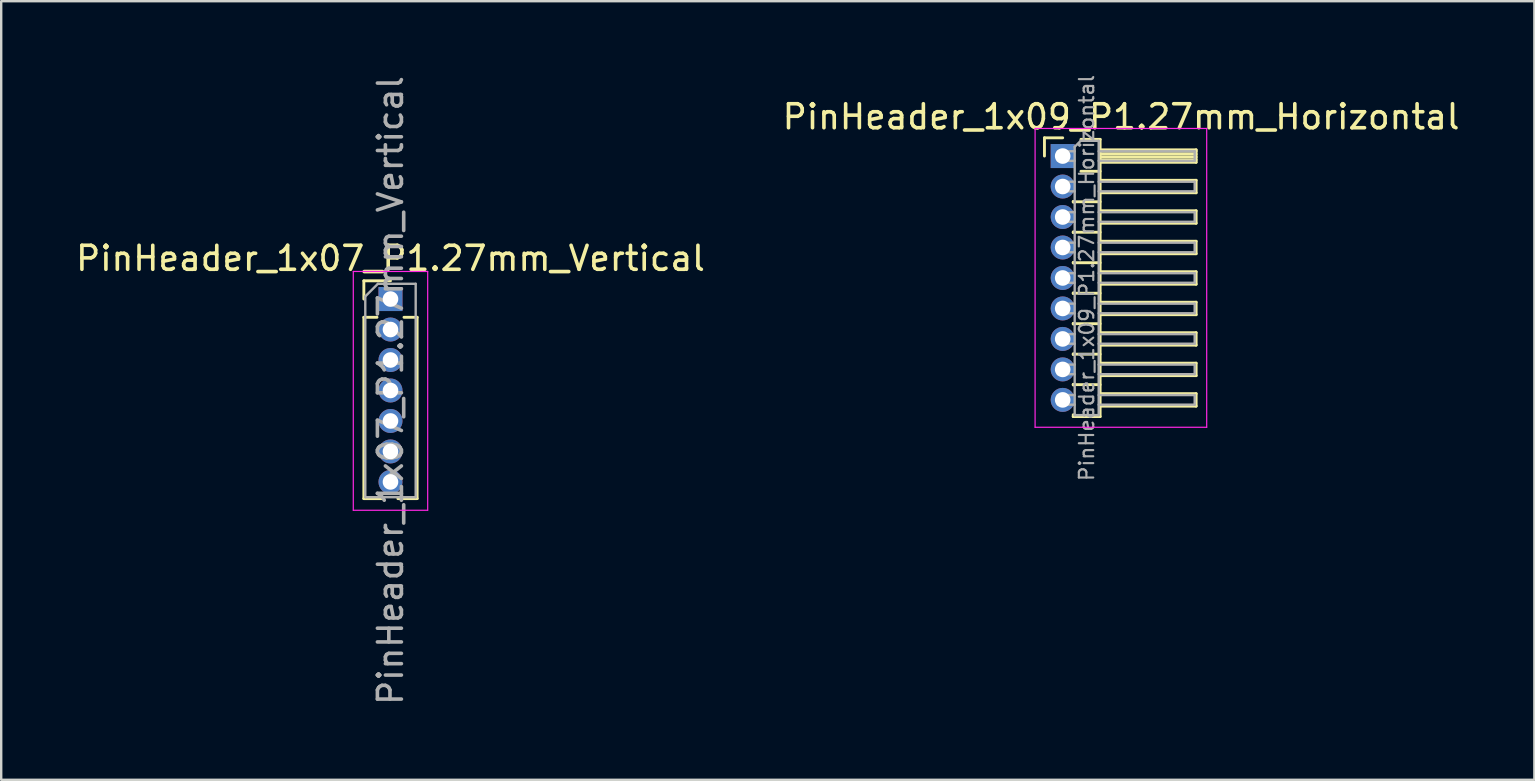
<source format=kicad_pcb>
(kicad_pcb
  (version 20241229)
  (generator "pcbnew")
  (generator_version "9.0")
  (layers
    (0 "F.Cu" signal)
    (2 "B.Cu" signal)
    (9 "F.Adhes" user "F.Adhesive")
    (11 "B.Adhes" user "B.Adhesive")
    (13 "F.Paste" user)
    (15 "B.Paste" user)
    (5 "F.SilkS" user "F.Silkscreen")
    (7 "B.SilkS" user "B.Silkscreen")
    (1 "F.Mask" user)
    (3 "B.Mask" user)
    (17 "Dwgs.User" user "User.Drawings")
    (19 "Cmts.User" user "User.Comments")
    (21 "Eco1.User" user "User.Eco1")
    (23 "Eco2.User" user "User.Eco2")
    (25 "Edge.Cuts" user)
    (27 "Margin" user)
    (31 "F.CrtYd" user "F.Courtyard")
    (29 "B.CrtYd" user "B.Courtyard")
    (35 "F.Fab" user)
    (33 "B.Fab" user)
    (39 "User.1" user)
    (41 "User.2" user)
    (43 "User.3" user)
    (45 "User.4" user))
  (footprint "PinHeader_1x07_P1.27mm_Vertical"
    (layer "F.Cu")
    (at 13.22 9.41)
    (property "Reference" "PinHeader_1x07_P1.27mm_Vertical" (at 0 -1.695 0) (layer "F.SilkS") (effects (font (size 1 1) (thickness 0.15))))
    (attr through_hole)
    (fp_line (start -1.11 -0.76) (end 0 -0.76) (stroke (width 0.12) (type solid)) (layer "F.SilkS"))
    (fp_line (start -1.11 0) (end -1.11 -0.76) (stroke (width 0.12) (type solid)) (layer "F.SilkS"))
    (fp_line (start -1.11 0.76) (end -1.11 8.315) (stroke (width 0.12) (type solid)) (layer "F.SilkS"))
    (fp_line (start -1.11 0.76) (end -0.563 0.76) (stroke (width 0.12) (type solid)) (layer "F.SilkS"))
    (fp_line (start -1.11 8.315) (end -0.308 8.315) (stroke (width 0.12) (type solid)) (layer "F.SilkS"))
    (fp_line (start 0.308 8.315) (end 1.11 8.315) (stroke (width 0.12) (type solid)) (layer "F.SilkS"))
    (fp_line (start 0.563 0.76) (end 1.11 0.76) (stroke (width 0.12) (type solid)) (layer "F.SilkS"))
    (fp_line (start 1.11 0.76) (end 1.11 8.315) (stroke (width 0.12) (type solid)) (layer "F.SilkS"))
    (fp_line (start -1.55 -1.15) (end -1.55 8.8) (stroke (width 0.05) (type solid)) (layer "F.CrtYd"))
    (fp_line (start -1.55 8.8) (end 1.55 8.8) (stroke (width 0.05) (type solid)) (layer "F.CrtYd"))
    (fp_line (start 1.55 -1.15) (end -1.55 -1.15) (stroke (width 0.05) (type solid)) (layer "F.CrtYd"))
    (fp_line (start 1.55 8.8) (end 1.55 -1.15) (stroke (width 0.05) (type solid)) (layer "F.CrtYd"))
    (fp_line (start -1.05 -0.11) (end -0.525 -0.635) (stroke (width 0.1) (type solid)) (layer "F.Fab"))
    (fp_line (start -1.05 8.255) (end -1.05 -0.11) (stroke (width 0.1) (type solid)) (layer "F.Fab"))
    (fp_line (start -0.525 -0.635) (end 1.05 -0.635) (stroke (width 0.1) (type solid)) (layer "F.Fab"))
    (fp_line (start 1.05 -0.635) (end 1.05 8.255) (stroke (width 0.1) (type solid)) (layer "F.Fab"))
    (fp_line (start 1.05 8.255) (end -1.05 8.255) (stroke (width 0.1) (type solid)) (layer "F.Fab"))
    (fp_text user "${REFERENCE}" (at 0 3.81 90) (layer "F.Fab") (effects (font (size 1 1) (thickness 0.15))))
    (pad "1" thru_hole rect (at 0 0) (size 1 1) (drill 0.65) (layers "*.Cu" "*.Mask"))
    (pad "2" thru_hole oval (at 0 1.27) (size 1 1) (drill 0.65) (layers "*.Cu" "*.Mask"))
    (pad "3" thru_hole oval (at 0 2.54) (size 1 1) (drill 0.65) (layers "*.Cu" "*.Mask"))
    (pad "4" thru_hole oval (at 0 3.81) (size 1 1) (drill 0.65) (layers "*.Cu" "*.Mask"))
    (pad "5" thru_hole oval (at 0 5.08) (size 1 1) (drill 0.65) (layers "*.Cu" "*.Mask"))
    (pad "6" thru_hole oval (at 0 6.35) (size 1 1) (drill 0.65) (layers "*.Cu" "*.Mask"))
    (pad "7" thru_hole oval (at 0 7.62) (size 1 1) (drill 0.65) (layers "*.Cu" "*.Mask")))
  (footprint "PinHeader_1x09_P1.27mm_Horizontal"
    (layer "F.Cu")
    (at 41.228 3.452)
    (property "Reference" "PinHeader_1x09_P1.27mm_Horizontal" (at 2.433 -1.635 0) (layer "F.SilkS") (effects (font (size 1 1) (thickness 0.15))))
    (attr through_hole)
    (fp_line (start -0.76 -0.76) (end 0 -0.76) (stroke (width 0.12) (type solid)) (layer "F.SilkS"))
    (fp_line (start -0.76 0) (end -0.76 -0.76) (stroke (width 0.12) (type solid)) (layer "F.SilkS"))
    (fp_line (start 0.44 1.89) (end 0.44 1.92) (stroke (width 0.12) (type solid)) (layer "F.SilkS"))
    (fp_line (start 0.44 1.905) (end 1.56 1.905) (stroke (width 0.12) (type solid)) (layer "F.SilkS"))
    (fp_line (start 0.44 3.16) (end 0.44 3.19) (stroke (width 0.12) (type solid)) (layer "F.SilkS"))
    (fp_line (start 0.44 3.175) (end 1.56 3.175) (stroke (width 0.12) (type solid)) (layer "F.SilkS"))
    (fp_line (start 0.44 4.43) (end 0.44 4.46) (stroke (width 0.12) (type solid)) (layer "F.SilkS"))
    (fp_line (start 0.44 4.445) (end 1.56 4.445) (stroke (width 0.12) (type solid)) (layer "F.SilkS"))
    (fp_line (start 0.44 5.7) (end 0.44 5.73) (stroke (width 0.12) (type solid)) (layer "F.SilkS"))
    (fp_line (start 0.44 5.715) (end 1.56 5.715) (stroke (width 0.12) (type solid)) (layer "F.SilkS"))
    (fp_line (start 0.44 6.97) (end 0.44 7) (stroke (width 0.12) (type solid)) (layer "F.SilkS"))
    (fp_line (start 0.44 6.985) (end 1.56 6.985) (stroke (width 0.12) (type solid)) (layer "F.SilkS"))
    (fp_line (start 0.44 8.24) (end 0.44 8.27) (stroke (width 0.12) (type solid)) (layer "F.SilkS"))
    (fp_line (start 0.44 8.255) (end 1.56 8.255) (stroke (width 0.12) (type solid)) (layer "F.SilkS"))
    (fp_line (start 0.44 9.51) (end 0.44 9.54) (stroke (width 0.12) (type solid)) (layer "F.SilkS"))
    (fp_line (start 0.44 9.525) (end 1.56 9.525) (stroke (width 0.12) (type solid)) (layer "F.SilkS"))
    (fp_line (start 0.44 10.855) (end 0.44 10.78) (stroke (width 0.12) (type solid)) (layer "F.SilkS"))
    (fp_line (start 0.76 -0.695) (end 1.56 -0.695) (stroke (width 0.12) (type solid)) (layer "F.SilkS"))
    (fp_line (start 0.76 0.635) (end 1.56 0.635) (stroke (width 0.12) (type solid)) (layer "F.SilkS"))
    (fp_line (start 1.56 -0.695) (end 1.56 10.855) (stroke (width 0.12) (type solid)) (layer "F.SilkS"))
    (fp_line (start 1.56 -0.26) (end 5.56 -0.26) (stroke (width 0.12) (type solid)) (layer "F.SilkS"))
    (fp_line (start 1.56 -0.2) (end 5.56 -0.2) (stroke (width 0.12) (type solid)) (layer "F.SilkS"))
    (fp_line (start 1.56 -0.08) (end 5.56 -0.08) (stroke (width 0.12) (type solid)) (layer "F.SilkS"))
    (fp_line (start 1.56 0.04) (end 5.56 0.04) (stroke (width 0.12) (type solid)) (layer "F.SilkS"))
    (fp_line (start 1.56 0.16) (end 5.56 0.16) (stroke (width 0.12) (type solid)) (layer "F.SilkS"))
    (fp_line (start 1.56 1.01) (end 5.56 1.01) (stroke (width 0.12) (type solid)) (layer "F.SilkS"))
    (fp_line (start 1.56 2.28) (end 5.56 2.28) (stroke (width 0.12) (type solid)) (layer "F.SilkS"))
    (fp_line (start 1.56 3.55) (end 5.56 3.55) (stroke (width 0.12) (type solid)) (layer "F.SilkS"))
    (fp_line (start 1.56 4.82) (end 5.56 4.82) (stroke (width 0.12) (type solid)) (layer "F.SilkS"))
    (fp_line (start 1.56 6.09) (end 5.56 6.09) (stroke (width 0.12) (type solid)) (layer "F.SilkS"))
    (fp_line (start 1.56 7.36) (end 5.56 7.36) (stroke (width 0.12) (type solid)) (layer "F.SilkS"))
    (fp_line (start 1.56 8.63) (end 5.56 8.63) (stroke (width 0.12) (type solid)) (layer "F.SilkS"))
    (fp_line (start 1.56 9.9) (end 5.56 9.9) (stroke (width 0.12) (type solid)) (layer "F.SilkS"))
    (fp_line (start 1.56 10.855) (end 0.44 10.855) (stroke (width 0.12) (type solid)) (layer "F.SilkS"))
    (fp_line (start 5.56 -0.26) (end 5.56 0.26) (stroke (width 0.12) (type solid)) (layer "F.SilkS"))
    (fp_line (start 5.56 0.26) (end 1.56 0.26) (stroke (width 0.12) (type solid)) (layer "F.SilkS"))
    (fp_line (start 5.56 1.01) (end 5.56 1.53) (stroke (width 0.12) (type solid)) (layer "F.SilkS"))
    (fp_line (start 5.56 1.53) (end 1.56 1.53) (stroke (width 0.12) (type solid)) (layer "F.SilkS"))
    (fp_line (start 5.56 2.28) (end 5.56 2.8) (stroke (width 0.12) (type solid)) (layer "F.SilkS"))
    (fp_line (start 5.56 2.8) (end 1.56 2.8) (stroke (width 0.12) (type solid)) (layer "F.SilkS"))
    (fp_line (start 5.56 3.55) (end 5.56 4.07) (stroke (width 0.12) (type solid)) (layer "F.SilkS"))
    (fp_line (start 5.56 4.07) (end 1.56 4.07) (stroke (width 0.12) (type solid)) (layer "F.SilkS"))
    (fp_line (start 5.56 4.82) (end 5.56 5.34) (stroke (width 0.12) (type solid)) (layer "F.SilkS"))
    (fp_line (start 5.56 5.34) (end 1.56 5.34) (stroke (width 0.12) (type solid)) (layer "F.SilkS"))
    (fp_line (start 5.56 6.09) (end 5.56 6.61) (stroke (width 0.12) (type solid)) (layer "F.SilkS"))
    (fp_line (start 5.56 6.61) (end 1.56 6.61) (stroke (width 0.12) (type solid)) (layer "F.SilkS"))
    (fp_line (start 5.56 7.36) (end 5.56 7.88) (stroke (width 0.12) (type solid)) (layer "F.SilkS"))
    (fp_line (start 5.56 7.88) (end 1.56 7.88) (stroke (width 0.12) (type solid)) (layer "F.SilkS"))
    (fp_line (start 5.56 8.63) (end 5.56 9.15) (stroke (width 0.12) (type solid)) (layer "F.SilkS"))
    (fp_line (start 5.56 9.15) (end 1.56 9.15) (stroke (width 0.12) (type solid)) (layer "F.SilkS"))
    (fp_line (start 5.56 9.9) (end 5.56 10.42) (stroke (width 0.12) (type solid)) (layer "F.SilkS"))
    (fp_line (start 5.56 10.42) (end 1.56 10.42) (stroke (width 0.12) (type solid)) (layer "F.SilkS"))
    (fp_line (start -1.15 -1.15) (end -1.15 11.3) (stroke (width 0.05) (type solid)) (layer "F.CrtYd"))
    (fp_line (start -1.15 11.3) (end 6 11.3) (stroke (width 0.05) (type solid)) (layer "F.CrtYd"))
    (fp_line (start 6 -1.15) (end -1.15 -1.15) (stroke (width 0.05) (type solid)) (layer "F.CrtYd"))
    (fp_line (start 6 11.3) (end 6 -1.15) (stroke (width 0.05) (type solid)) (layer "F.CrtYd"))
    (fp_line (start -0.2 -0.2) (end -0.2 0.2) (stroke (width 0.1) (type solid)) (layer "F.Fab"))
    (fp_line (start -0.2 -0.2) (end 0.5 -0.2) (stroke (width 0.1) (type solid)) (layer "F.Fab"))
    (fp_line (start -0.2 0.2) (end 0.5 0.2) (stroke (width 0.1) (type solid)) (layer "F.Fab"))
    (fp_line (start -0.2 1.07) (end -0.2 1.47) (stroke (width 0.1) (type solid)) (layer "F.Fab"))
    (fp_line (start -0.2 1.07) (end 0.5 1.07) (stroke (width 0.1) (type solid)) (layer "F.Fab"))
    (fp_line (start -0.2 1.47) (end 0.5 1.47) (stroke (width 0.1) (type solid)) (layer "F.Fab"))
    (fp_line (start -0.2 2.34) (end -0.2 2.74) (stroke (width 0.1) (type solid)) (layer "F.Fab"))
    (fp_line (start -0.2 2.34) (end 0.5 2.34) (stroke (width 0.1) (type solid)) (layer "F.Fab"))
    (fp_line (start -0.2 2.74) (end 0.5 2.74) (stroke (width 0.1) (type solid)) (layer "F.Fab"))
    (fp_line (start -0.2 3.61) (end -0.2 4.01) (stroke (width 0.1) (type solid)) (layer "F.Fab"))
    (fp_line (start -0.2 3.61) (end 0.5 3.61) (stroke (width 0.1) (type solid)) (layer "F.Fab"))
    (fp_line (start -0.2 4.01) (end 0.5 4.01) (stroke (width 0.1) (type solid)) (layer "F.Fab"))
    (fp_line (start -0.2 4.88) (end -0.2 5.28) (stroke (width 0.1) (type solid)) (layer "F.Fab"))
    (fp_line (start -0.2 4.88) (end 0.5 4.88) (stroke (width 0.1) (type solid)) (layer "F.Fab"))
    (fp_line (start -0.2 5.28) (end 0.5 5.28) (stroke (width 0.1) (type solid)) (layer "F.Fab"))
    (fp_line (start -0.2 6.15) (end -0.2 6.55) (stroke (width 0.1) (type solid)) (layer "F.Fab"))
    (fp_line (start -0.2 6.15) (end 0.5 6.15) (stroke (width 0.1) (type solid)) (layer "F.Fab"))
    (fp_line (start -0.2 6.55) (end 0.5 6.55) (stroke (width 0.1) (type solid)) (layer "F.Fab"))
    (fp_line (start -0.2 7.42) (end -0.2 7.82) (stroke (width 0.1) (type solid)) (layer "F.Fab"))
    (fp_line (start -0.2 7.42) (end 0.5 7.42) (stroke (width 0.1) (type solid)) (layer "F.Fab"))
    (fp_line (start -0.2 7.82) (end 0.5 7.82) (stroke (width 0.1) (type solid)) (layer "F.Fab"))
    (fp_line (start -0.2 8.69) (end -0.2 9.09) (stroke (width 0.1) (type solid)) (layer "F.Fab"))
    (fp_line (start -0.2 8.69) (end 0.5 8.69) (stroke (width 0.1) (type solid)) (layer "F.Fab"))
    (fp_line (start -0.2 9.09) (end 0.5 9.09) (stroke (width 0.1) (type solid)) (layer "F.Fab"))
    (fp_line (start -0.2 9.96) (end -0.2 10.36) (stroke (width 0.1) (type solid)) (layer "F.Fab"))
    (fp_line (start -0.2 9.96) (end 0.5 9.96) (stroke (width 0.1) (type solid)) (layer "F.Fab"))
    (fp_line (start -0.2 10.36) (end 0.5 10.36) (stroke (width 0.1) (type solid)) (layer "F.Fab"))
    (fp_line (start 0.5 -0.385) (end 0.75 -0.635) (stroke (width 0.1) (type solid)) (layer "F.Fab"))
    (fp_line (start 0.5 10.795) (end 0.5 -0.385) (stroke (width 0.1) (type solid)) (layer "F.Fab"))
    (fp_line (start 0.75 -0.635) (end 1.5 -0.635) (stroke (width 0.1) (type solid)) (layer "F.Fab"))
    (fp_line (start 1.5 -0.635) (end 1.5 10.795) (stroke (width 0.1) (type solid)) (layer "F.Fab"))
    (fp_line (start 1.5 -0.2) (end 5.5 -0.2) (stroke (width 0.1) (type solid)) (layer "F.Fab"))
    (fp_line (start 1.5 0.2) (end 5.5 0.2) (stroke (width 0.1) (type solid)) (layer "F.Fab"))
    (fp_line (start 1.5 1.07) (end 5.5 1.07) (stroke (width 0.1) (type solid)) (layer "F.Fab"))
    (fp_line (start 1.5 1.47) (end 5.5 1.47) (stroke (width 0.1) (type solid)) (layer "F.Fab"))
    (fp_line (start 1.5 2.34) (end 5.5 2.34) (stroke (width 0.1) (type solid)) (layer "F.Fab"))
    (fp_line (start 1.5 2.74) (end 5.5 2.74) (stroke (width 0.1) (type solid)) (layer "F.Fab"))
    (fp_line (start 1.5 3.61) (end 5.5 3.61) (stroke (width 0.1) (type solid)) (layer "F.Fab"))
    (fp_line (start 1.5 4.01) (end 5.5 4.01) (stroke (width 0.1) (type solid)) (layer "F.Fab"))
    (fp_line (start 1.5 4.88) (end 5.5 4.88) (stroke (width 0.1) (type solid)) (layer "F.Fab"))
    (fp_line (start 1.5 5.28) (end 5.5 5.28) (stroke (width 0.1) (type solid)) (layer "F.Fab"))
    (fp_line (start 1.5 6.15) (end 5.5 6.15) (stroke (width 0.1) (type solid)) (layer "F.Fab"))
    (fp_line (start 1.5 6.55) (end 5.5 6.55) (stroke (width 0.1) (type solid)) (layer "F.Fab"))
    (fp_line (start 1.5 7.42) (end 5.5 7.42) (stroke (width 0.1) (type solid)) (layer "F.Fab"))
    (fp_line (start 1.5 7.82) (end 5.5 7.82) (stroke (width 0.1) (type solid)) (layer "F.Fab"))
    (fp_line (start 1.5 8.69) (end 5.5 8.69) (stroke (width 0.1) (type solid)) (layer "F.Fab"))
    (fp_line (start 1.5 9.09) (end 5.5 9.09) (stroke (width 0.1) (type solid)) (layer "F.Fab"))
    (fp_line (start 1.5 9.96) (end 5.5 9.96) (stroke (width 0.1) (type solid)) (layer "F.Fab"))
    (fp_line (start 1.5 10.36) (end 5.5 10.36) (stroke (width 0.1) (type solid)) (layer "F.Fab"))
    (fp_line (start 1.5 10.795) (end 0.5 10.795) (stroke (width 0.1) (type solid)) (layer "F.Fab"))
    (fp_line (start 5.5 -0.2) (end 5.5 0.2) (stroke (width 0.1) (type solid)) (layer "F.Fab"))
    (fp_line (start 5.5 1.07) (end 5.5 1.47) (stroke (width 0.1) (type solid)) (layer "F.Fab"))
    (fp_line (start 5.5 2.34) (end 5.5 2.74) (stroke (width 0.1) (type solid)) (layer "F.Fab"))
    (fp_line (start 5.5 3.61) (end 5.5 4.01) (stroke (width 0.1) (type solid)) (layer "F.Fab"))
    (fp_line (start 5.5 4.88) (end 5.5 5.28) (stroke (width 0.1) (type solid)) (layer "F.Fab"))
    (fp_line (start 5.5 6.15) (end 5.5 6.55) (stroke (width 0.1) (type solid)) (layer "F.Fab"))
    (fp_line (start 5.5 7.42) (end 5.5 7.82) (stroke (width 0.1) (type solid)) (layer "F.Fab"))
    (fp_line (start 5.5 8.69) (end 5.5 9.09) (stroke (width 0.1) (type solid)) (layer "F.Fab"))
    (fp_line (start 5.5 9.96) (end 5.5 10.36) (stroke (width 0.1) (type solid)) (layer "F.Fab"))
    (fp_text user "${REFERENCE}" (at 1 5.08 90) (layer "F.Fab") (effects (font (size 0.6 0.6) (thickness 0.09))))
    (pad "1" thru_hole rect (at 0 0) (size 1 1) (drill 0.65) (layers "*.Cu" "*.Mask"))
    (pad "2" thru_hole oval (at 0 1.27) (size 1 1) (drill 0.65) (layers "*.Cu" "*.Mask"))
    (pad "3" thru_hole oval (at 0 2.54) (size 1 1) (drill 0.65) (layers "*.Cu" "*.Mask"))
    (pad "4" thru_hole oval (at 0 3.81) (size 1 1) (drill 0.65) (layers "*.Cu" "*.Mask"))
    (pad "5" thru_hole oval (at 0 5.08) (size 1 1) (drill 0.65) (layers "*.Cu" "*.Mask"))
    (pad "6" thru_hole oval (at 0 6.35) (size 1 1) (drill 0.65) (layers "*.Cu" "*.Mask"))
    (pad "7" thru_hole oval (at 0 7.62) (size 1 1) (drill 0.65) (layers "*.Cu" "*.Mask"))
    (pad "8" thru_hole oval (at 0 8.89) (size 1 1) (drill 0.65) (layers "*.Cu" "*.Mask"))
    (pad "9" thru_hole oval (at 0 10.16) (size 1 1) (drill 0.65) (layers "*.Cu" "*.Mask")))
  (gr_rect
    (start -3 -3)
    (end 60.881 29.44)
    (stroke (width 0.1) (type default))
    (fill no)
    (layer "Edge.Cuts")))
</source>
